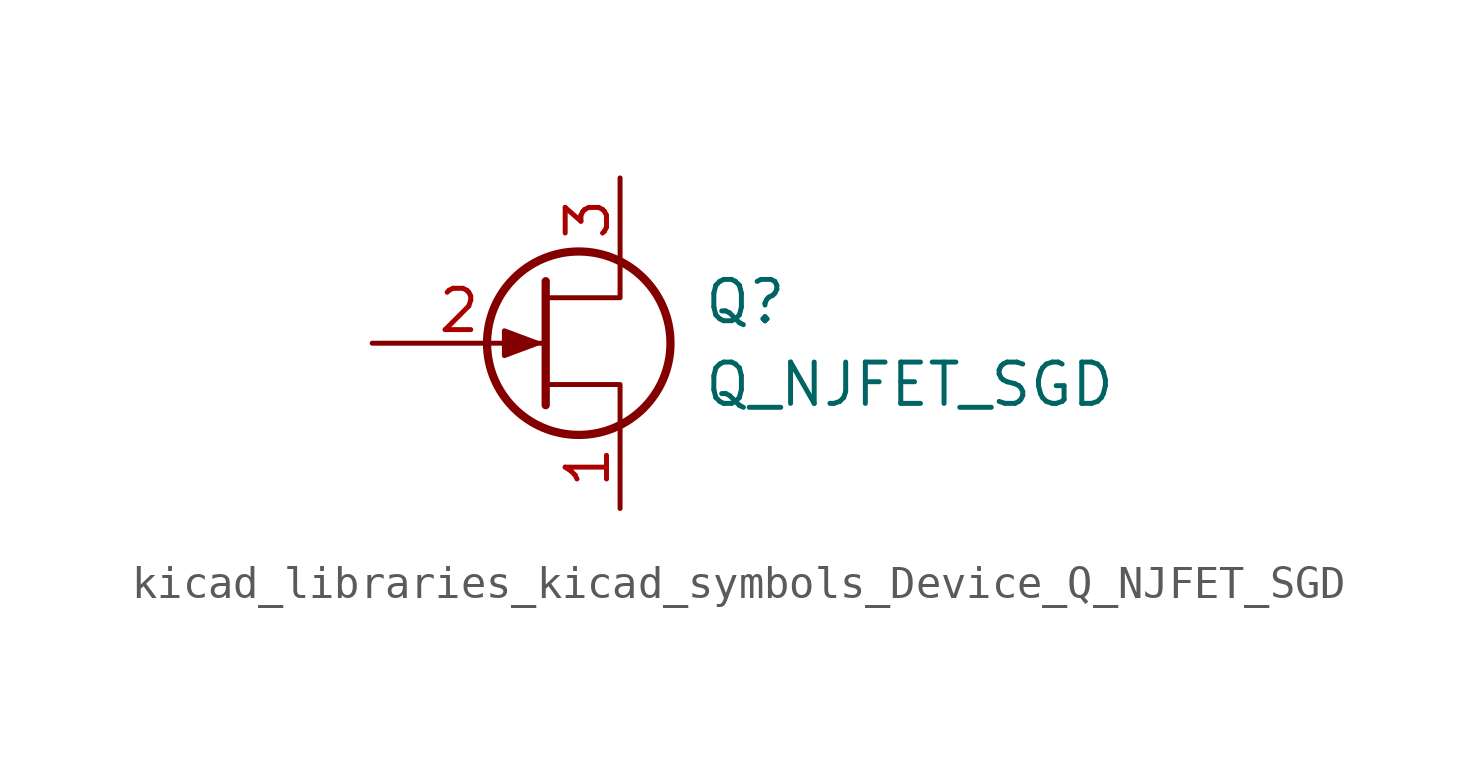
<source format=kicad_sym>
(kicad_symbol_lib
  (version 20220914)
  (generator kicad_symbol_editor)
  (symbol "kicad_libraries_kicad_symbols_Device_Q_NJFET_SGD"
    (pin_names
      (offset 0) hide)
    (property "Reference" "Q"
      (at 5.08 1.27 0)
      (effects (font (size 1.27 1.27)) (justify left)))
    (property "Value" "Q_NJFET_SGD"
      (at 5.08 -1.27 0)
      (effects (font (size 1.27 1.27)) (justify left)))
    (symbol "kicad_libraries_kicad_symbols_Device_Q_NJFET_SGD_0_1"
      (polyline (pts (xy 0.254 1.905) (xy 0.254 -1.905) (xy 0.254 -1.905)) (stroke (width 0.254) (type default)) (fill (type none)))
      (polyline (pts (xy 2.54 -2.54) (xy 2.54 -1.27) (xy 0.254 -1.27)) (stroke (width 0) (type default)) (fill (type none)))
      (polyline (pts (xy 2.54 2.54) (xy 2.54 1.397) (xy 0.254 1.397)) (stroke (width 0) (type default)) (fill (type none)))
      (polyline (pts (xy 0 0) (xy -1.016 0.381) (xy -1.016 -0.381) (xy 0 0)) (stroke (width 0) (type default)) (fill (type outline)))
      (circle (center 1.27 0) (radius 2.819) (stroke (width 0.254) (type default)) (fill (type none))))
    (symbol "kicad_libraries_kicad_symbols_Device_Q_NJFET_SGD_1_1"
      (pin passive line (at 2.54 -5.08 90) (length 2.54) (name "S" (effects (font (size 1.27 1.27)))) (number "1" (effects (font (size 1.27 1.27)))))
      (pin input line (at -5.08 0 0) (length 5.334) (name "G" (effects (font (size 1.27 1.27)))) (number "2" (effects (font (size 1.27 1.27)))))
      (pin passive line (at 2.54 5.08 270) (length 2.54) (name "D" (effects (font (size 1.27 1.27)))) (number "3" (effects (font (size 1.27 1.27))))))))
</source>
